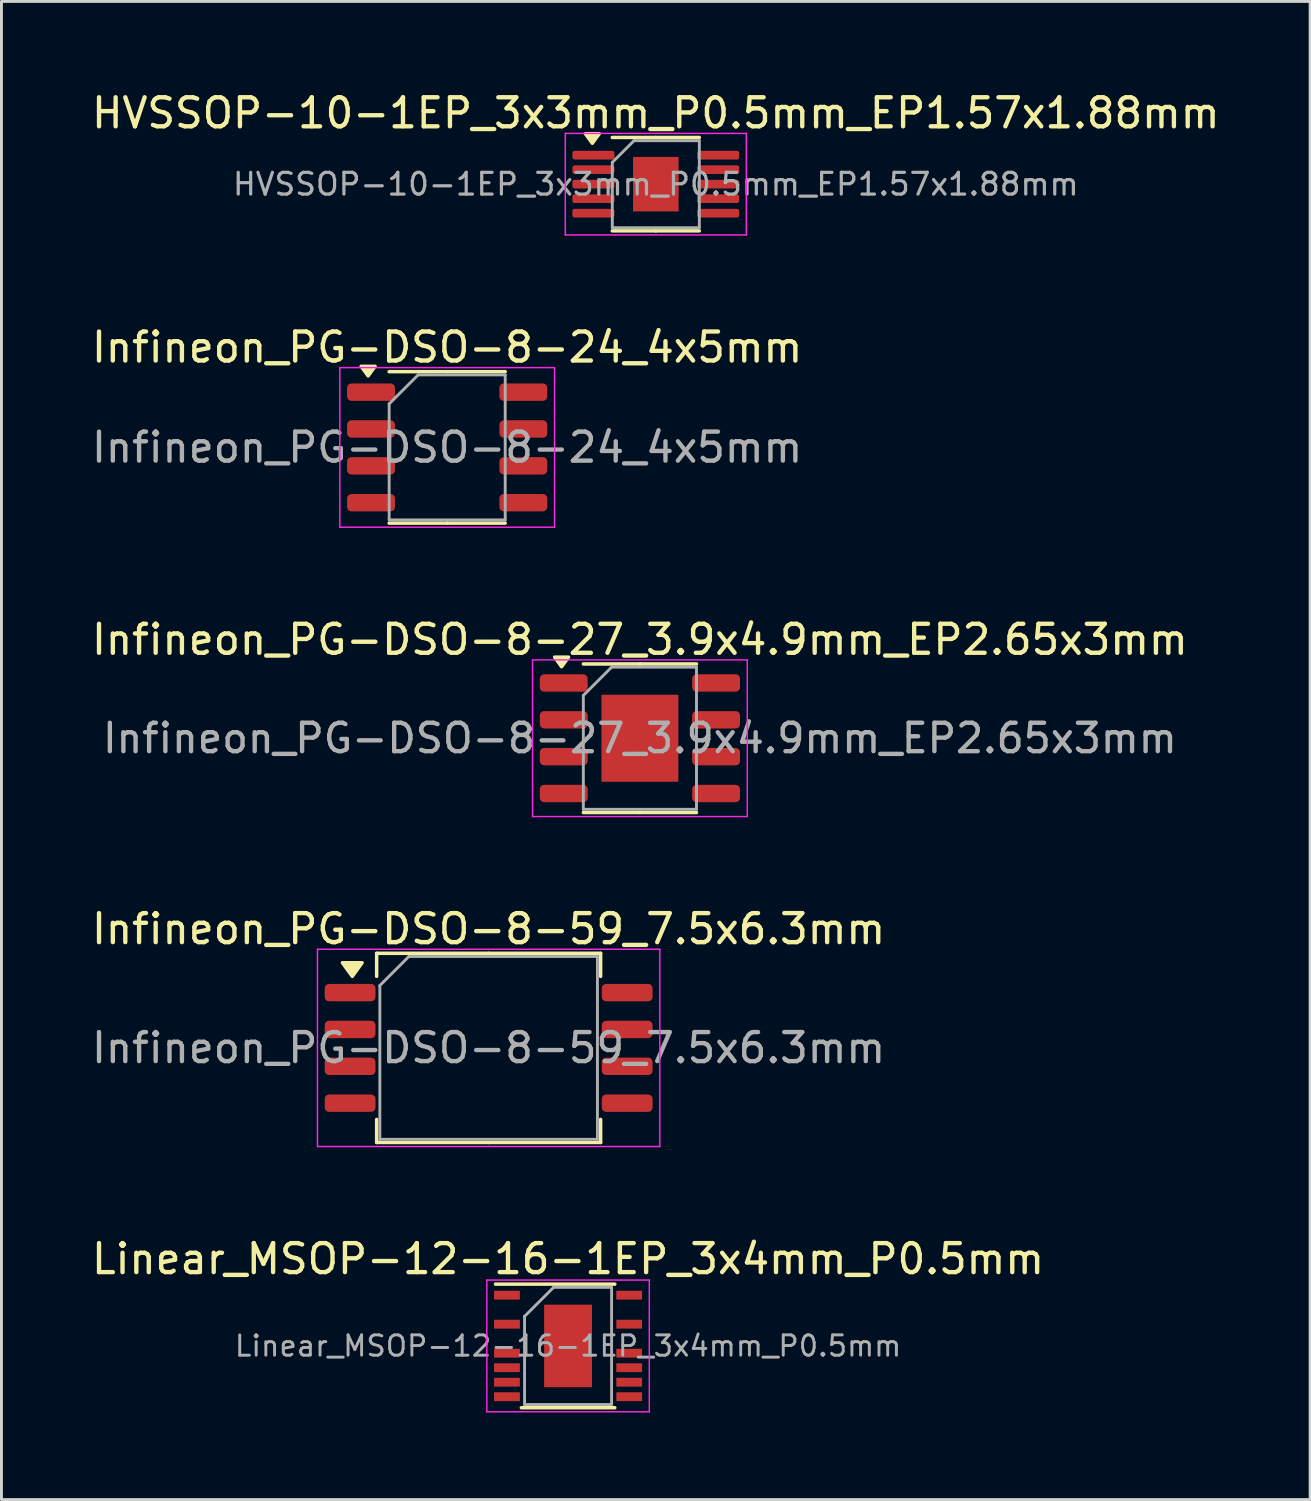
<source format=kicad_pcb>
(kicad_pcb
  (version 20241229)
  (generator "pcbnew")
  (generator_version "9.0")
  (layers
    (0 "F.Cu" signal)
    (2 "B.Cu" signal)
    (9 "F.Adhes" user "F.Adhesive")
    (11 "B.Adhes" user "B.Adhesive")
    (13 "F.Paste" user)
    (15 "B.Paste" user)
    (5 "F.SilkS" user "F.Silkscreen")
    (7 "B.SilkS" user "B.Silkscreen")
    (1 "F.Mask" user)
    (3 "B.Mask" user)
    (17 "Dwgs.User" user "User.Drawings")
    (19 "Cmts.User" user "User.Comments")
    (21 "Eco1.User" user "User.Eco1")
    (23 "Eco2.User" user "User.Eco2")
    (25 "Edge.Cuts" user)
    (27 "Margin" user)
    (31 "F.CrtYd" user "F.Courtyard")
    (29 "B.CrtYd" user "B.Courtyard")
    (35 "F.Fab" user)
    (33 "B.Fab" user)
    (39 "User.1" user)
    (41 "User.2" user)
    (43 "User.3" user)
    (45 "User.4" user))
  (footprint "Linear_MSOP-12-16-1EP_3x4mm_P0.5mm"
    (layer "F.Cu")
    (at 16.53 43.341)
    (property "Reference" "Linear_MSOP-12-16-1EP_3x4mm_P0.5mm" (at 0 -3 0) (layer "F.SilkS") (effects (font (size 1 1) (thickness 0.15))))
    (attr smd)
    (fp_line (start -2.5 -2.13) (end 1.61 -2.13) (stroke (width 0.12) (type solid)) (layer "F.SilkS"))
    (fp_line (start -1.61 2.13) (end 1.61 2.13) (stroke (width 0.12) (type solid)) (layer "F.SilkS"))
    (fp_line (start -2.8 -2.27) (end -2.8 2.27) (stroke (width 0.05) (type solid)) (layer "F.CrtYd"))
    (fp_line (start -2.8 -2.27) (end 2.8 -2.27) (stroke (width 0.05) (type solid)) (layer "F.CrtYd"))
    (fp_line (start -2.8 2.27) (end 2.8 2.27) (stroke (width 0.05) (type solid)) (layer "F.CrtYd"))
    (fp_line (start 2.8 -2.27) (end 2.8 2.27) (stroke (width 0.05) (type solid)) (layer "F.CrtYd"))
    (fp_line (start -1.5 -1.02) (end -0.5 -2.019) (stroke (width 0.1) (type solid)) (layer "F.Fab"))
    (fp_line (start -1.5 2.019) (end -1.5 -1.02) (stroke (width 0.1) (type solid)) (layer "F.Fab"))
    (fp_line (start -0.5 -2.019) (end 1.5 -2.019) (stroke (width 0.1) (type solid)) (layer "F.Fab"))
    (fp_line (start 1.5 -2.019) (end 1.5 2.019) (stroke (width 0.1) (type solid)) (layer "F.Fab"))
    (fp_line (start 1.5 2.019) (end -1.5 2.019) (stroke (width 0.1) (type solid)) (layer "F.Fab"))
    (fp_text user "${REFERENCE}" (at 0 0 0) (layer "F.Fab") (effects (font (size 0.7 0.7) (thickness 0.1))))
    (pad "" smd rect (at 0 -0.711) (size 1.4 1.2) (layers "F.Paste"))
    (pad "" smd rect (at 0 0.711) (size 1.4 1.2) (layers "F.Paste"))
    (pad "1" smd rect (at -2.107 -1.75) (size 0.889 0.305) (layers "F.Cu" "F.Mask" "F.Paste"))
    (pad "3" smd rect (at -2.107 -0.75) (size 0.889 0.305) (layers "F.Cu" "F.Mask" "F.Paste"))
    (pad "5" smd rect (at -2.107 0.25) (size 0.889 0.305) (layers "F.Cu" "F.Mask" "F.Paste"))
    (pad "6" smd rect (at -2.107 0.75) (size 0.889 0.305) (layers "F.Cu" "F.Mask" "F.Paste"))
    (pad "7" smd rect (at -2.107 1.25) (size 0.889 0.305) (layers "F.Cu" "F.Mask" "F.Paste"))
    (pad "8" smd rect (at -2.107 1.75) (size 0.889 0.305) (layers "F.Cu" "F.Mask" "F.Paste"))
    (pad "9" smd rect (at 2.107 1.75) (size 0.889 0.305) (layers "F.Cu" "F.Mask" "F.Paste"))
    (pad "10" smd rect (at 2.107 1.25) (size 0.889 0.305) (layers "F.Cu" "F.Mask" "F.Paste"))
    (pad "11" smd rect (at 2.107 0.75) (size 0.889 0.305) (layers "F.Cu" "F.Mask" "F.Paste"))
    (pad "12" smd rect (at 2.107 0.25) (size 0.889 0.305) (layers "F.Cu" "F.Mask" "F.Paste"))
    (pad "14" smd rect (at 2.107 -0.75) (size 0.889 0.305) (layers "F.Cu" "F.Mask" "F.Paste"))
    (pad "16" smd rect (at 2.107 -1.75) (size 0.889 0.305) (layers "F.Cu" "F.Mask" "F.Paste"))
    (pad "17" smd rect (at 0 0) (size 1.651 2.845) (layers "F.Cu" "F.Mask")))
  (footprint "Infineon_PG-DSO-8-24_4x5mm"
    (layer "F.Cu")
    (at 12.363 12.371)
    (property "Reference" "Infineon_PG-DSO-8-24_4x5mm" (at 0 -3.45 0) (layer "F.SilkS") (effects (font (size 1 1) (thickness 0.15))))
    (attr smd)
    (fp_line (start 0 -2.61) (end -2 -2.61) (stroke (width 0.12) (type solid)) (layer "F.SilkS"))
    (fp_line (start 0 -2.61) (end 2 -2.61) (stroke (width 0.12) (type solid)) (layer "F.SilkS"))
    (fp_line (start 0 2.61) (end -2 2.61) (stroke (width 0.12) (type solid)) (layer "F.SilkS"))
    (fp_line (start 0 2.61) (end 2 2.61) (stroke (width 0.12) (type solid)) (layer "F.SilkS"))
    (fp_poly (pts (xy -2.725 -2.465) (xy -2.965 -2.795) (xy -2.485 -2.795) (xy -2.725 -2.465)) (stroke (width 0.12) (type solid)) (fill yes) (layer "F.SilkS"))
    (fp_line (start -3.7 -2.75) (end -3.7 2.75) (stroke (width 0.05) (type solid)) (layer "F.CrtYd"))
    (fp_line (start -3.7 2.75) (end 3.7 2.75) (stroke (width 0.05) (type solid)) (layer "F.CrtYd"))
    (fp_line (start 3.7 -2.75) (end -3.7 -2.75) (stroke (width 0.05) (type solid)) (layer "F.CrtYd"))
    (fp_line (start 3.7 2.75) (end 3.7 -2.75) (stroke (width 0.05) (type solid)) (layer "F.CrtYd"))
    (fp_line (start -2 -1.5) (end -1 -2.5) (stroke (width 0.1) (type solid)) (layer "F.Fab"))
    (fp_line (start -2 2.5) (end -2 -1.5) (stroke (width 0.1) (type solid)) (layer "F.Fab"))
    (fp_line (start -1 -2.5) (end 2 -2.5) (stroke (width 0.1) (type solid)) (layer "F.Fab"))
    (fp_line (start 2 -2.5) (end 2 2.5) (stroke (width 0.1) (type solid)) (layer "F.Fab"))
    (fp_line (start 2 2.5) (end -2 2.5) (stroke (width 0.1) (type solid)) (layer "F.Fab"))
    (fp_text user "${REFERENCE}" (at 0 0 0) (layer "F.Fab") (effects (font (size 1 1) (thickness 0.15))))
    (pad "1" smd roundrect (at -2.625 -1.905) (size 1.65 0.6) (layers "F.Cu" "F.Mask" "F.Paste") (roundrect_rratio 0.25))
    (pad "2" smd roundrect (at -2.625 -0.635) (size 1.65 0.6) (layers "F.Cu" "F.Mask" "F.Paste") (roundrect_rratio 0.25))
    (pad "3" smd roundrect (at -2.625 0.635) (size 1.65 0.6) (layers "F.Cu" "F.Mask" "F.Paste") (roundrect_rratio 0.25))
    (pad "4" smd roundrect (at -2.625 1.905) (size 1.65 0.6) (layers "F.Cu" "F.Mask" "F.Paste") (roundrect_rratio 0.25))
    (pad "5" smd roundrect (at 2.625 1.905) (size 1.65 0.6) (layers "F.Cu" "F.Mask" "F.Paste") (roundrect_rratio 0.25))
    (pad "6" smd roundrect (at 2.625 0.635) (size 1.65 0.6) (layers "F.Cu" "F.Mask" "F.Paste") (roundrect_rratio 0.25))
    (pad "7" smd roundrect (at 2.625 -0.635) (size 1.65 0.6) (layers "F.Cu" "F.Mask" "F.Paste") (roundrect_rratio 0.25))
    (pad "8" smd roundrect (at 2.625 -1.905) (size 1.65 0.6) (layers "F.Cu" "F.Mask" "F.Paste") (roundrect_rratio 0.25)))
  (footprint "Infineon_PG-DSO-8-27_3.9x4.9mm_EP2.65x3mm"
    (layer "F.Cu")
    (at 19.006 22.395)
    (property "Reference" "Infineon_PG-DSO-8-27_3.9x4.9mm_EP2.65x3mm" (at 0 -3.4 0) (layer "F.SilkS") (effects (font (size 1 1) (thickness 0.15))))
    (attr smd)
    (fp_line (start 0 -2.56) (end -1.95 -2.56) (stroke (width 0.12) (type solid)) (layer "F.SilkS"))
    (fp_line (start 0 -2.56) (end 1.95 -2.56) (stroke (width 0.12) (type solid)) (layer "F.SilkS"))
    (fp_line (start 0 2.56) (end -1.95 2.56) (stroke (width 0.12) (type solid)) (layer "F.SilkS"))
    (fp_line (start 0 2.56) (end 1.95 2.56) (stroke (width 0.12) (type solid)) (layer "F.SilkS"))
    (fp_poly (pts (xy -2.7 -2.465) (xy -2.94 -2.795) (xy -2.46 -2.795) (xy -2.7 -2.465)) (stroke (width 0.12) (type solid)) (fill yes) (layer "F.SilkS"))
    (fp_line (start -3.7 -2.7) (end -3.7 2.7) (stroke (width 0.05) (type solid)) (layer "F.CrtYd"))
    (fp_line (start -3.7 2.7) (end 3.7 2.7) (stroke (width 0.05) (type solid)) (layer "F.CrtYd"))
    (fp_line (start 3.7 -2.7) (end -3.7 -2.7) (stroke (width 0.05) (type solid)) (layer "F.CrtYd"))
    (fp_line (start 3.7 2.7) (end 3.7 -2.7) (stroke (width 0.05) (type solid)) (layer "F.CrtYd"))
    (fp_line (start -1.95 -1.475) (end -0.975 -2.45) (stroke (width 0.1) (type solid)) (layer "F.Fab"))
    (fp_line (start -1.95 2.45) (end -1.95 -1.475) (stroke (width 0.1) (type solid)) (layer "F.Fab"))
    (fp_line (start -0.975 -2.45) (end 1.95 -2.45) (stroke (width 0.1) (type solid)) (layer "F.Fab"))
    (fp_line (start 1.95 -2.45) (end 1.95 2.45) (stroke (width 0.1) (type solid)) (layer "F.Fab"))
    (fp_line (start 1.95 2.45) (end -1.95 2.45) (stroke (width 0.1) (type solid)) (layer "F.Fab"))
    (fp_text user "${REFERENCE}" (at 0 0 0) (layer "F.Fab") (effects (font (size 0.98 0.98) (thickness 0.15))))
    (pad "" smd roundrect (at -0.66 -0.75) (size 1.07 1.21) (layers "F.Paste") (roundrect_rratio 0.234))
    (pad "" smd roundrect (at -0.66 0.75) (size 1.07 1.21) (layers "F.Paste") (roundrect_rratio 0.234))
    (pad "" smd roundrect (at 0.66 -0.75) (size 1.07 1.21) (layers "F.Paste") (roundrect_rratio 0.234))
    (pad "" smd roundrect (at 0.66 0.75) (size 1.07 1.21) (layers "F.Paste") (roundrect_rratio 0.234))
    (pad "1" smd roundrect (at -2.625 -1.905) (size 1.65 0.6) (layers "F.Cu" "F.Mask" "F.Paste") (roundrect_rratio 0.25))
    (pad "2" smd roundrect (at -2.625 -0.635) (size 1.65 0.6) (layers "F.Cu" "F.Mask" "F.Paste") (roundrect_rratio 0.25))
    (pad "3" smd roundrect (at -2.625 0.635) (size 1.65 0.6) (layers "F.Cu" "F.Mask" "F.Paste") (roundrect_rratio 0.25))
    (pad "4" smd roundrect (at -2.625 1.905) (size 1.65 0.6) (layers "F.Cu" "F.Mask" "F.Paste") (roundrect_rratio 0.25))
    (pad "5" smd roundrect (at 2.625 1.905) (size 1.65 0.6) (layers "F.Cu" "F.Mask" "F.Paste") (roundrect_rratio 0.25))
    (pad "6" smd roundrect (at 2.625 0.635) (size 1.65 0.6) (layers "F.Cu" "F.Mask" "F.Paste") (roundrect_rratio 0.25))
    (pad "7" smd roundrect (at 2.625 -0.635) (size 1.65 0.6) (layers "F.Cu" "F.Mask" "F.Paste") (roundrect_rratio 0.25))
    (pad "8" smd roundrect (at 2.625 -1.905) (size 1.65 0.6) (layers "F.Cu" "F.Mask" "F.Paste") (roundrect_rratio 0.25))
    (pad "9" smd rect (at 0 0) (size 2.65 3) (property pad_prop_heatsink) (layers "F.Cu" "F.Mask")))
  (footprint "Infineon_PG-DSO-8-59_7.5x6.3mm"
    (layer "F.Cu")
    (at 13.792 33.068)
    (property "Reference" "Infineon_PG-DSO-8-59_7.5x6.3mm" (at 0 -4.1 0) (layer "F.SilkS") (effects (font (size 1 1) (thickness 0.15))))
    (attr smd)
    (fp_line (start -3.86 -3.26) (end -3.86 -2.465) (stroke (width 0.12) (type solid)) (layer "F.SilkS"))
    (fp_line (start -3.86 3.26) (end -3.86 2.465) (stroke (width 0.12) (type solid)) (layer "F.SilkS"))
    (fp_line (start 0 -3.26) (end -3.86 -3.26) (stroke (width 0.12) (type solid)) (layer "F.SilkS"))
    (fp_line (start 0 -3.26) (end 3.86 -3.26) (stroke (width 0.12) (type solid)) (layer "F.SilkS"))
    (fp_line (start 0 3.26) (end -3.86 3.26) (stroke (width 0.12) (type solid)) (layer "F.SilkS"))
    (fp_line (start 0 3.26) (end 3.86 3.26) (stroke (width 0.12) (type solid)) (layer "F.SilkS"))
    (fp_line (start 3.86 -3.26) (end 3.86 -2.465) (stroke (width 0.12) (type solid)) (layer "F.SilkS"))
    (fp_line (start 3.86 3.26) (end 3.86 2.465) (stroke (width 0.12) (type solid)) (layer "F.SilkS"))
    (fp_poly (pts (xy -4.7 -2.465) (xy -5.04 -2.935) (xy -4.36 -2.935) (xy -4.7 -2.465)) (stroke (width 0.12) (type solid)) (fill yes) (layer "F.SilkS"))
    (fp_line (start -5.9 -3.4) (end -5.9 3.4) (stroke (width 0.05) (type solid)) (layer "F.CrtYd"))
    (fp_line (start -5.9 3.4) (end 5.9 3.4) (stroke (width 0.05) (type solid)) (layer "F.CrtYd"))
    (fp_line (start 5.9 -3.4) (end -5.9 -3.4) (stroke (width 0.05) (type solid)) (layer "F.CrtYd"))
    (fp_line (start 5.9 3.4) (end 5.9 -3.4) (stroke (width 0.05) (type solid)) (layer "F.CrtYd"))
    (fp_line (start -3.75 -2.15) (end -2.75 -3.15) (stroke (width 0.1) (type solid)) (layer "F.Fab"))
    (fp_line (start -3.75 3.15) (end -3.75 -2.15) (stroke (width 0.1) (type solid)) (layer "F.Fab"))
    (fp_line (start -2.75 -3.15) (end 3.75 -3.15) (stroke (width 0.1) (type solid)) (layer "F.Fab"))
    (fp_line (start 3.75 -3.15) (end 3.75 3.15) (stroke (width 0.1) (type solid)) (layer "F.Fab"))
    (fp_line (start 3.75 3.15) (end -3.75 3.15) (stroke (width 0.1) (type solid)) (layer "F.Fab"))
    (fp_text user "${REFERENCE}" (at 0 0 0) (layer "F.Fab") (effects (font (size 1 1) (thickness 0.15))))
    (pad "1" smd roundrect (at -4.775 -1.905) (size 1.75 0.6) (layers "F.Cu" "F.Mask" "F.Paste") (roundrect_rratio 0.25))
    (pad "2" smd roundrect (at -4.775 -0.635) (size 1.75 0.6) (layers "F.Cu" "F.Mask" "F.Paste") (roundrect_rratio 0.25))
    (pad "3" smd roundrect (at -4.775 0.635) (size 1.75 0.6) (layers "F.Cu" "F.Mask" "F.Paste") (roundrect_rratio 0.25))
    (pad "4" smd roundrect (at -4.775 1.905) (size 1.75 0.6) (layers "F.Cu" "F.Mask" "F.Paste") (roundrect_rratio 0.25))
    (pad "5" smd roundrect (at 4.775 1.905) (size 1.75 0.6) (layers "F.Cu" "F.Mask" "F.Paste") (roundrect_rratio 0.25))
    (pad "6" smd roundrect (at 4.775 0.635) (size 1.75 0.6) (layers "F.Cu" "F.Mask" "F.Paste") (roundrect_rratio 0.25))
    (pad "7" smd roundrect (at 4.775 -0.635) (size 1.75 0.6) (layers "F.Cu" "F.Mask" "F.Paste") (roundrect_rratio 0.25))
    (pad "8" smd roundrect (at 4.775 -1.905) (size 1.75 0.6) (layers "F.Cu" "F.Mask" "F.Paste") (roundrect_rratio 0.25)))
  (footprint "HVSSOP-10-1EP_3x3mm_P0.5mm_EP1.57x1.88mm"
    (layer "F.Cu")
    (at 19.554 3.298)
    (property "Reference" "HVSSOP-10-1EP_3x3mm_P0.5mm_EP1.57x1.88mm" (at 0 -2.45 0) (layer "F.SilkS") (effects (font (size 1 1) (thickness 0.15))))
    (attr smd)
    (fp_line (start 0 -1.61) (end -1.5 -1.61) (stroke (width 0.12) (type solid)) (layer "F.SilkS"))
    (fp_line (start 0 -1.61) (end 1.5 -1.61) (stroke (width 0.12) (type solid)) (layer "F.SilkS"))
    (fp_line (start 0 1.61) (end -1.5 1.61) (stroke (width 0.12) (type solid)) (layer "F.SilkS"))
    (fp_line (start 0 1.61) (end 1.5 1.61) (stroke (width 0.12) (type solid)) (layer "F.SilkS"))
    (fp_poly (pts (xy -2.188 -1.41) (xy -2.428 -1.74) (xy -1.948 -1.74) (xy -2.188 -1.41)) (stroke (width 0.12) (type solid)) (fill yes) (layer "F.SilkS"))
    (fp_line (start -3.12 -1.75) (end -3.12 1.75) (stroke (width 0.05) (type solid)) (layer "F.CrtYd"))
    (fp_line (start -3.12 1.75) (end 3.12 1.75) (stroke (width 0.05) (type solid)) (layer "F.CrtYd"))
    (fp_line (start 3.12 -1.75) (end -3.12 -1.75) (stroke (width 0.05) (type solid)) (layer "F.CrtYd"))
    (fp_line (start 3.12 1.75) (end 3.12 -1.75) (stroke (width 0.05) (type solid)) (layer "F.CrtYd"))
    (fp_line (start -1.5 -0.75) (end -0.75 -1.5) (stroke (width 0.1) (type solid)) (layer "F.Fab"))
    (fp_line (start -1.5 1.5) (end -1.5 -0.75) (stroke (width 0.1) (type solid)) (layer "F.Fab"))
    (fp_line (start -0.75 -1.5) (end 1.5 -1.5) (stroke (width 0.1) (type solid)) (layer "F.Fab"))
    (fp_line (start 1.5 -1.5) (end 1.5 1.5) (stroke (width 0.1) (type solid)) (layer "F.Fab"))
    (fp_line (start 1.5 1.5) (end -1.5 1.5) (stroke (width 0.1) (type solid)) (layer "F.Fab"))
    (fp_text user "${REFERENCE}" (at 0 0 0) (layer "F.Fab") (effects (font (size 0.75 0.75) (thickness 0.11))))
    (pad "" smd roundrect (at -0.39 -0.47) (size 0.63 0.76) (layers "F.Paste") (roundrect_rratio 0.25))
    (pad "" smd roundrect (at -0.39 0.47) (size 0.63 0.76) (layers "F.Paste") (roundrect_rratio 0.25))
    (pad "" smd roundrect (at 0.39 -0.47) (size 0.63 0.76) (layers "F.Paste") (roundrect_rratio 0.25))
    (pad "" smd roundrect (at 0.39 0.47) (size 0.63 0.76) (layers "F.Paste") (roundrect_rratio 0.25))
    (pad "1" smd roundrect (at -2.15 -1) (size 1.45 0.3) (layers "F.Cu" "F.Mask" "F.Paste") (roundrect_rratio 0.25))
    (pad "2" smd roundrect (at -2.15 -0.5) (size 1.45 0.3) (layers "F.Cu" "F.Mask" "F.Paste") (roundrect_rratio 0.25))
    (pad "3" smd roundrect (at -2.15 0) (size 1.45 0.3) (layers "F.Cu" "F.Mask" "F.Paste") (roundrect_rratio 0.25))
    (pad "4" smd roundrect (at -2.15 0.5) (size 1.45 0.3) (layers "F.Cu" "F.Mask" "F.Paste") (roundrect_rratio 0.25))
    (pad "5" smd roundrect (at -2.15 1) (size 1.45 0.3) (layers "F.Cu" "F.Mask" "F.Paste") (roundrect_rratio 0.25))
    (pad "6" smd roundrect (at 2.15 1) (size 1.45 0.3) (layers "F.Cu" "F.Mask" "F.Paste") (roundrect_rratio 0.25))
    (pad "7" smd roundrect (at 2.15 0.5) (size 1.45 0.3) (layers "F.Cu" "F.Mask" "F.Paste") (roundrect_rratio 0.25))
    (pad "8" smd roundrect (at 2.15 0) (size 1.45 0.3) (layers "F.Cu" "F.Mask" "F.Paste") (roundrect_rratio 0.25))
    (pad "9" smd roundrect (at 2.15 -0.5) (size 1.45 0.3) (layers "F.Cu" "F.Mask" "F.Paste") (roundrect_rratio 0.25))
    (pad "10" smd roundrect (at 2.15 -1) (size 1.45 0.3) (layers "F.Cu" "F.Mask" "F.Paste") (roundrect_rratio 0.25))
    (pad "11" smd rect (at 0 0) (size 1.57 1.88) (property pad_prop_heatsink) (layers "F.Cu" "F.Mask")))
  (gr_rect
    (start -3 -3)
    (end 42.107 48.636)
    (stroke (width 0.1) (type default))
    (fill no)
    (layer "Edge.Cuts")))
</source>
